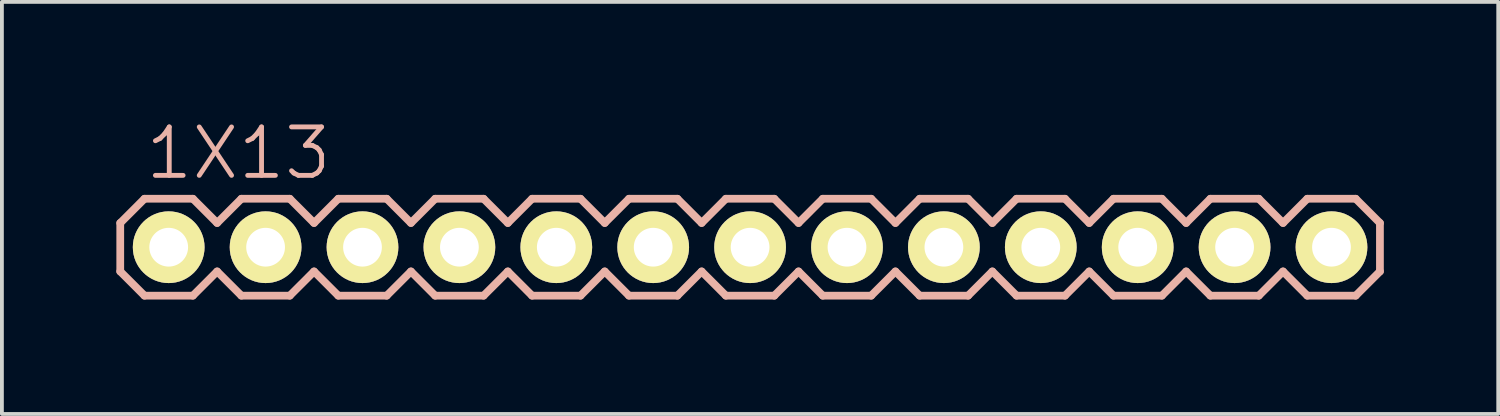
<source format=kicad_pcb>
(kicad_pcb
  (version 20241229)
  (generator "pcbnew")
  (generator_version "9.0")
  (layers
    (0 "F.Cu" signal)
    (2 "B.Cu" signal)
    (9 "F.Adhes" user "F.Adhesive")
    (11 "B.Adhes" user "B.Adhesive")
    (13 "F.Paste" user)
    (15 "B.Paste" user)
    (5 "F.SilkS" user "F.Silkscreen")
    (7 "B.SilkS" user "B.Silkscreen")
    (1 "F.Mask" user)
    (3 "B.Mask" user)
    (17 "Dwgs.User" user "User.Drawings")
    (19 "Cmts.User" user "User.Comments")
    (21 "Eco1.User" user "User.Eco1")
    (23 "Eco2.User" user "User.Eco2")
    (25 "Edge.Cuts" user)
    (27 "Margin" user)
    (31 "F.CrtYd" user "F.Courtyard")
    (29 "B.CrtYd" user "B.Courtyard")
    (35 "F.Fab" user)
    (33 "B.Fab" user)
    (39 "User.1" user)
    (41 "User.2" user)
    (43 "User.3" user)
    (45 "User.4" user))
  (footprint "1X13"
    (layer "F.Cu")
    (at 1.372 3.43)
    (property "Reference" "1X13" (at 1.829 -2.464 0) (layer "B.SilkS") (effects (font (size 1.27 1.27) (thickness 0.127))))
    (attr exclude_from_pos_files exclude_from_bom)
    (fp_line (start -0.254 -0.254) (end 0.254 -0.254) (stroke (width 0.066) (type solid)) (layer "F.SilkS"))
    (fp_line (start -0.254 0.254) (end -0.254 -0.254) (stroke (width 0.066) (type solid)) (layer "F.SilkS"))
    (fp_line (start -0.254 0.254) (end 0.254 0.254) (stroke (width 0.066) (type solid)) (layer "F.SilkS"))
    (fp_line (start 0.254 0.254) (end 0.254 -0.254) (stroke (width 0.066) (type solid)) (layer "F.SilkS"))
    (fp_line (start 2.286 -0.254) (end 2.794 -0.254) (stroke (width 0.066) (type solid)) (layer "F.SilkS"))
    (fp_line (start 2.286 0.254) (end 2.286 -0.254) (stroke (width 0.066) (type solid)) (layer "F.SilkS"))
    (fp_line (start 2.286 0.254) (end 2.794 0.254) (stroke (width 0.066) (type solid)) (layer "F.SilkS"))
    (fp_line (start 2.794 0.254) (end 2.794 -0.254) (stroke (width 0.066) (type solid)) (layer "F.SilkS"))
    (fp_line (start 4.826 -0.254) (end 5.334 -0.254) (stroke (width 0.066) (type solid)) (layer "F.SilkS"))
    (fp_line (start 4.826 0.254) (end 4.826 -0.254) (stroke (width 0.066) (type solid)) (layer "F.SilkS"))
    (fp_line (start 4.826 0.254) (end 5.334 0.254) (stroke (width 0.066) (type solid)) (layer "F.SilkS"))
    (fp_line (start 5.334 0.254) (end 5.334 -0.254) (stroke (width 0.066) (type solid)) (layer "F.SilkS"))
    (fp_line (start 7.366 -0.254) (end 7.874 -0.254) (stroke (width 0.066) (type solid)) (layer "F.SilkS"))
    (fp_line (start 7.366 0.254) (end 7.366 -0.254) (stroke (width 0.066) (type solid)) (layer "F.SilkS"))
    (fp_line (start 7.366 0.254) (end 7.874 0.254) (stroke (width 0.066) (type solid)) (layer "F.SilkS"))
    (fp_line (start 7.874 0.254) (end 7.874 -0.254) (stroke (width 0.066) (type solid)) (layer "F.SilkS"))
    (fp_line (start 9.906 -0.254) (end 10.414 -0.254) (stroke (width 0.066) (type solid)) (layer "F.SilkS"))
    (fp_line (start 9.906 0.254) (end 9.906 -0.254) (stroke (width 0.066) (type solid)) (layer "F.SilkS"))
    (fp_line (start 9.906 0.254) (end 10.414 0.254) (stroke (width 0.066) (type solid)) (layer "F.SilkS"))
    (fp_line (start 10.414 0.254) (end 10.414 -0.254) (stroke (width 0.066) (type solid)) (layer "F.SilkS"))
    (fp_line (start 12.446 -0.254) (end 12.954 -0.254) (stroke (width 0.066) (type solid)) (layer "F.SilkS"))
    (fp_line (start 12.446 0.254) (end 12.446 -0.254) (stroke (width 0.066) (type solid)) (layer "F.SilkS"))
    (fp_line (start 12.446 0.254) (end 12.954 0.254) (stroke (width 0.066) (type solid)) (layer "F.SilkS"))
    (fp_line (start 12.954 0.254) (end 12.954 -0.254) (stroke (width 0.066) (type solid)) (layer "F.SilkS"))
    (fp_line (start 14.986 -0.254) (end 15.494 -0.254) (stroke (width 0.066) (type solid)) (layer "F.SilkS"))
    (fp_line (start 14.986 0.254) (end 14.986 -0.254) (stroke (width 0.066) (type solid)) (layer "F.SilkS"))
    (fp_line (start 14.986 0.254) (end 15.494 0.254) (stroke (width 0.066) (type solid)) (layer "F.SilkS"))
    (fp_line (start 15.494 0.254) (end 15.494 -0.254) (stroke (width 0.066) (type solid)) (layer "F.SilkS"))
    (fp_line (start 17.523 -0.254) (end 18.034 -0.254) (stroke (width 0.066) (type solid)) (layer "F.SilkS"))
    (fp_line (start 17.523 0.254) (end 17.523 -0.254) (stroke (width 0.066) (type solid)) (layer "F.SilkS"))
    (fp_line (start 17.523 0.254) (end 18.034 0.254) (stroke (width 0.066) (type solid)) (layer "F.SilkS"))
    (fp_line (start 18.034 0.254) (end 18.034 -0.254) (stroke (width 0.066) (type solid)) (layer "F.SilkS"))
    (fp_line (start 20.066 -0.254) (end 20.574 -0.254) (stroke (width 0.066) (type solid)) (layer "F.SilkS"))
    (fp_line (start 20.066 0.254) (end 20.066 -0.254) (stroke (width 0.066) (type solid)) (layer "F.SilkS"))
    (fp_line (start 20.066 0.254) (end 20.574 0.254) (stroke (width 0.066) (type solid)) (layer "F.SilkS"))
    (fp_line (start 20.574 0.254) (end 20.574 -0.254) (stroke (width 0.066) (type solid)) (layer "F.SilkS"))
    (fp_line (start 22.606 -0.254) (end 23.114 -0.254) (stroke (width 0.066) (type solid)) (layer "F.SilkS"))
    (fp_line (start 22.606 0.254) (end 22.606 -0.254) (stroke (width 0.066) (type solid)) (layer "F.SilkS"))
    (fp_line (start 22.606 0.254) (end 23.114 0.254) (stroke (width 0.066) (type solid)) (layer "F.SilkS"))
    (fp_line (start 23.114 0.254) (end 23.114 -0.254) (stroke (width 0.066) (type solid)) (layer "F.SilkS"))
    (fp_line (start 25.146 -0.254) (end 25.654 -0.254) (stroke (width 0.066) (type solid)) (layer "F.SilkS"))
    (fp_line (start 25.146 0.254) (end 25.146 -0.254) (stroke (width 0.066) (type solid)) (layer "F.SilkS"))
    (fp_line (start 25.146 0.254) (end 25.654 0.254) (stroke (width 0.066) (type solid)) (layer "F.SilkS"))
    (fp_line (start 25.654 0.254) (end 25.654 -0.254) (stroke (width 0.066) (type solid)) (layer "F.SilkS"))
    (fp_line (start 27.686 -0.254) (end 28.194 -0.254) (stroke (width 0.066) (type solid)) (layer "F.SilkS"))
    (fp_line (start 27.686 0.254) (end 27.686 -0.254) (stroke (width 0.066) (type solid)) (layer "F.SilkS"))
    (fp_line (start 27.686 0.254) (end 28.194 0.254) (stroke (width 0.066) (type solid)) (layer "F.SilkS"))
    (fp_line (start 28.194 0.254) (end 28.194 -0.254) (stroke (width 0.066) (type solid)) (layer "F.SilkS"))
    (fp_line (start 30.226 -0.254) (end 30.734 -0.254) (stroke (width 0.066) (type solid)) (layer "F.SilkS"))
    (fp_line (start 30.226 0.254) (end 30.226 -0.254) (stroke (width 0.066) (type solid)) (layer "F.SilkS"))
    (fp_line (start 30.226 0.254) (end 30.734 0.254) (stroke (width 0.066) (type solid)) (layer "F.SilkS"))
    (fp_line (start 30.734 0.254) (end 30.734 -0.254) (stroke (width 0.066) (type solid)) (layer "F.SilkS"))
    (fp_line (start -1.27 -0.635) (end -1.27 0.635) (stroke (width 0.203) (type solid)) (layer "B.SilkS"))
    (fp_line (start -1.27 0.635) (end -0.635 1.27) (stroke (width 0.203) (type solid)) (layer "B.SilkS"))
    (fp_line (start -0.635 -1.27) (end -1.27 -0.635) (stroke (width 0.203) (type solid)) (layer "B.SilkS"))
    (fp_line (start -0.635 -1.27) (end 0.635 -1.27) (stroke (width 0.203) (type solid)) (layer "B.SilkS"))
    (fp_line (start 0.635 -1.27) (end 1.27 -0.635) (stroke (width 0.203) (type solid)) (layer "B.SilkS"))
    (fp_line (start 0.635 1.27) (end -0.635 1.27) (stroke (width 0.203) (type solid)) (layer "B.SilkS"))
    (fp_line (start 1.27 -0.635) (end 1.905 -1.27) (stroke (width 0.203) (type solid)) (layer "B.SilkS"))
    (fp_line (start 1.27 0.635) (end 0.635 1.27) (stroke (width 0.203) (type solid)) (layer "B.SilkS"))
    (fp_line (start 1.905 -1.27) (end 3.175 -1.27) (stroke (width 0.203) (type solid)) (layer "B.SilkS"))
    (fp_line (start 1.905 1.27) (end 1.27 0.635) (stroke (width 0.203) (type solid)) (layer "B.SilkS"))
    (fp_line (start 3.175 -1.27) (end 3.81 -0.635) (stroke (width 0.203) (type solid)) (layer "B.SilkS"))
    (fp_line (start 3.175 1.27) (end 1.905 1.27) (stroke (width 0.203) (type solid)) (layer "B.SilkS"))
    (fp_line (start 3.81 -0.635) (end 4.445 -1.27) (stroke (width 0.203) (type solid)) (layer "B.SilkS"))
    (fp_line (start 3.81 0.635) (end 3.175 1.27) (stroke (width 0.203) (type solid)) (layer "B.SilkS"))
    (fp_line (start 4.445 -1.27) (end 5.715 -1.27) (stroke (width 0.203) (type solid)) (layer "B.SilkS"))
    (fp_line (start 4.445 1.27) (end 3.81 0.635) (stroke (width 0.203) (type solid)) (layer "B.SilkS"))
    (fp_line (start 5.715 -1.27) (end 6.35 -0.635) (stroke (width 0.203) (type solid)) (layer "B.SilkS"))
    (fp_line (start 5.715 1.27) (end 4.445 1.27) (stroke (width 0.203) (type solid)) (layer "B.SilkS"))
    (fp_line (start 6.35 0.635) (end 5.715 1.27) (stroke (width 0.203) (type solid)) (layer "B.SilkS"))
    (fp_line (start 6.35 0.635) (end 6.985 1.27) (stroke (width 0.203) (type solid)) (layer "B.SilkS"))
    (fp_line (start 6.985 -1.27) (end 6.35 -0.635) (stroke (width 0.203) (type solid)) (layer "B.SilkS"))
    (fp_line (start 6.985 -1.27) (end 8.255 -1.27) (stroke (width 0.203) (type solid)) (layer "B.SilkS"))
    (fp_line (start 8.255 -1.27) (end 8.89 -0.635) (stroke (width 0.203) (type solid)) (layer "B.SilkS"))
    (fp_line (start 8.255 1.27) (end 6.985 1.27) (stroke (width 0.203) (type solid)) (layer "B.SilkS"))
    (fp_line (start 8.89 -0.635) (end 9.525 -1.27) (stroke (width 0.203) (type solid)) (layer "B.SilkS"))
    (fp_line (start 8.89 0.635) (end 8.255 1.27) (stroke (width 0.203) (type solid)) (layer "B.SilkS"))
    (fp_line (start 9.525 -1.27) (end 10.795 -1.27) (stroke (width 0.203) (type solid)) (layer "B.SilkS"))
    (fp_line (start 9.525 1.27) (end 8.89 0.635) (stroke (width 0.203) (type solid)) (layer "B.SilkS"))
    (fp_line (start 10.795 -1.27) (end 11.43 -0.635) (stroke (width 0.203) (type solid)) (layer "B.SilkS"))
    (fp_line (start 10.795 1.27) (end 9.525 1.27) (stroke (width 0.203) (type solid)) (layer "B.SilkS"))
    (fp_line (start 11.43 -0.635) (end 12.065 -1.27) (stroke (width 0.203) (type solid)) (layer "B.SilkS"))
    (fp_line (start 11.43 0.635) (end 10.795 1.27) (stroke (width 0.203) (type solid)) (layer "B.SilkS"))
    (fp_line (start 12.065 -1.27) (end 13.335 -1.27) (stroke (width 0.203) (type solid)) (layer "B.SilkS"))
    (fp_line (start 12.065 1.27) (end 11.43 0.635) (stroke (width 0.203) (type solid)) (layer "B.SilkS"))
    (fp_line (start 13.335 -1.27) (end 13.97 -0.635) (stroke (width 0.203) (type solid)) (layer "B.SilkS"))
    (fp_line (start 13.335 1.27) (end 12.065 1.27) (stroke (width 0.203) (type solid)) (layer "B.SilkS"))
    (fp_line (start 13.97 0.635) (end 13.335 1.27) (stroke (width 0.203) (type solid)) (layer "B.SilkS"))
    (fp_line (start 13.97 0.635) (end 14.605 1.27) (stroke (width 0.203) (type solid)) (layer "B.SilkS"))
    (fp_line (start 14.605 -1.27) (end 13.97 -0.635) (stroke (width 0.203) (type solid)) (layer "B.SilkS"))
    (fp_line (start 14.605 -1.27) (end 15.875 -1.27) (stroke (width 0.203) (type solid)) (layer "B.SilkS"))
    (fp_line (start 15.875 -1.27) (end 16.51 -0.635) (stroke (width 0.203) (type solid)) (layer "B.SilkS"))
    (fp_line (start 15.875 1.27) (end 14.605 1.27) (stroke (width 0.203) (type solid)) (layer "B.SilkS"))
    (fp_line (start 16.51 0.635) (end 15.875 1.27) (stroke (width 0.203) (type solid)) (layer "B.SilkS"))
    (fp_line (start 16.51 0.635) (end 17.145 1.27) (stroke (width 0.203) (type solid)) (layer "B.SilkS"))
    (fp_line (start 17.145 -1.27) (end 16.51 -0.635) (stroke (width 0.203) (type solid)) (layer "B.SilkS"))
    (fp_line (start 17.145 -1.27) (end 18.415 -1.27) (stroke (width 0.203) (type solid)) (layer "B.SilkS"))
    (fp_line (start 18.415 -1.27) (end 19.05 -0.635) (stroke (width 0.203) (type solid)) (layer "B.SilkS"))
    (fp_line (start 18.415 1.27) (end 17.145 1.27) (stroke (width 0.203) (type solid)) (layer "B.SilkS"))
    (fp_line (start 19.05 -0.635) (end 19.685 -1.27) (stroke (width 0.203) (type solid)) (layer "B.SilkS"))
    (fp_line (start 19.05 0.635) (end 18.415 1.27) (stroke (width 0.203) (type solid)) (layer "B.SilkS"))
    (fp_line (start 19.685 -1.27) (end 20.955 -1.27) (stroke (width 0.203) (type solid)) (layer "B.SilkS"))
    (fp_line (start 19.685 1.27) (end 19.05 0.635) (stroke (width 0.203) (type solid)) (layer "B.SilkS"))
    (fp_line (start 20.955 -1.27) (end 21.59 -0.635) (stroke (width 0.203) (type solid)) (layer "B.SilkS"))
    (fp_line (start 20.955 1.27) (end 19.685 1.27) (stroke (width 0.203) (type solid)) (layer "B.SilkS"))
    (fp_line (start 21.59 -0.635) (end 22.225 -1.27) (stroke (width 0.203) (type solid)) (layer "B.SilkS"))
    (fp_line (start 21.59 0.635) (end 20.955 1.27) (stroke (width 0.203) (type solid)) (layer "B.SilkS"))
    (fp_line (start 22.225 -1.27) (end 23.495 -1.27) (stroke (width 0.203) (type solid)) (layer "B.SilkS"))
    (fp_line (start 22.225 1.27) (end 21.59 0.635) (stroke (width 0.203) (type solid)) (layer "B.SilkS"))
    (fp_line (start 23.495 -1.27) (end 24.13 -0.635) (stroke (width 0.203) (type solid)) (layer "B.SilkS"))
    (fp_line (start 23.495 1.27) (end 22.225 1.27) (stroke (width 0.203) (type solid)) (layer "B.SilkS"))
    (fp_line (start 24.13 0.635) (end 23.495 1.27) (stroke (width 0.203) (type solid)) (layer "B.SilkS"))
    (fp_line (start 24.13 0.635) (end 24.765 1.27) (stroke (width 0.203) (type solid)) (layer "B.SilkS"))
    (fp_line (start 24.765 -1.27) (end 24.13 -0.635) (stroke (width 0.203) (type solid)) (layer "B.SilkS"))
    (fp_line (start 24.765 -1.27) (end 26.035 -1.27) (stroke (width 0.203) (type solid)) (layer "B.SilkS"))
    (fp_line (start 26.035 -1.27) (end 26.67 -0.635) (stroke (width 0.203) (type solid)) (layer "B.SilkS"))
    (fp_line (start 26.035 1.27) (end 24.765 1.27) (stroke (width 0.203) (type solid)) (layer "B.SilkS"))
    (fp_line (start 26.67 -0.635) (end 27.305 -1.27) (stroke (width 0.203) (type solid)) (layer "B.SilkS"))
    (fp_line (start 26.67 0.635) (end 26.035 1.27) (stroke (width 0.203) (type solid)) (layer "B.SilkS"))
    (fp_line (start 27.305 -1.27) (end 28.575 -1.27) (stroke (width 0.203) (type solid)) (layer "B.SilkS"))
    (fp_line (start 27.305 1.27) (end 26.67 0.635) (stroke (width 0.203) (type solid)) (layer "B.SilkS"))
    (fp_line (start 28.575 -1.27) (end 29.21 -0.635) (stroke (width 0.203) (type solid)) (layer "B.SilkS"))
    (fp_line (start 28.575 1.27) (end 27.305 1.27) (stroke (width 0.203) (type solid)) (layer "B.SilkS"))
    (fp_line (start 29.21 -0.635) (end 29.845 -1.27) (stroke (width 0.203) (type solid)) (layer "B.SilkS"))
    (fp_line (start 29.21 0.635) (end 28.575 1.27) (stroke (width 0.203) (type solid)) (layer "B.SilkS"))
    (fp_line (start 29.845 -1.27) (end 31.115 -1.27) (stroke (width 0.203) (type solid)) (layer "B.SilkS"))
    (fp_line (start 29.845 1.27) (end 29.21 0.635) (stroke (width 0.203) (type solid)) (layer "B.SilkS"))
    (fp_line (start 31.115 -1.27) (end 31.75 -0.635) (stroke (width 0.203) (type solid)) (layer "B.SilkS"))
    (fp_line (start 31.115 1.27) (end 29.845 1.27) (stroke (width 0.203) (type solid)) (layer "B.SilkS"))
    (fp_line (start 31.75 0.635) (end 31.115 1.27) (stroke (width 0.203) (type solid)) (layer "B.SilkS"))
    (fp_line (start 31.75 0.635) (end 31.75 -0.635) (stroke (width 0.203) (type solid)) (layer "B.SilkS"))
    (pad "1" thru_hole circle (at 0 0) (size 1.88 1.88) (drill 1.016) (layers "*.Cu" "F.Mask" "F.SilkS" "F.Paste"))
    (pad "2" thru_hole circle (at 2.54 0) (size 1.88 1.88) (drill 1.016) (layers "*.Cu" "F.Mask" "F.SilkS" "F.Paste"))
    (pad "3" thru_hole circle (at 5.08 0) (size 1.88 1.88) (drill 1.016) (layers "*.Cu" "F.Mask" "F.SilkS" "F.Paste"))
    (pad "4" thru_hole circle (at 7.62 0) (size 1.88 1.88) (drill 1.016) (layers "*.Cu" "F.Mask" "F.SilkS" "F.Paste"))
    (pad "5" thru_hole circle (at 10.16 0) (size 1.88 1.88) (drill 1.016) (layers "*.Cu" "F.Mask" "F.SilkS" "F.Paste"))
    (pad "6" thru_hole circle (at 12.7 0) (size 1.88 1.88) (drill 1.016) (layers "*.Cu" "F.Mask" "F.SilkS" "F.Paste"))
    (pad "7" thru_hole circle (at 15.24 0) (size 1.88 1.88) (drill 1.016) (layers "*.Cu" "F.Mask" "F.SilkS" "F.Paste"))
    (pad "8" thru_hole circle (at 17.78 0) (size 1.88 1.88) (drill 1.016) (layers "*.Cu" "F.Mask" "F.SilkS" "F.Paste"))
    (pad "9" thru_hole circle (at 20.32 0) (size 1.88 1.88) (drill 1.016) (layers "*.Cu" "F.Mask" "F.SilkS" "F.Paste"))
    (pad "10" thru_hole circle (at 22.86 0) (size 1.88 1.88) (drill 1.016) (layers "*.Cu" "F.Mask" "F.SilkS" "F.Paste"))
    (pad "11" thru_hole circle (at 25.4 0) (size 1.88 1.88) (drill 1.016) (layers "*.Cu" "F.Mask" "F.SilkS" "F.Paste"))
    (pad "12" thru_hole circle (at 27.94 0) (size 1.88 1.88) (drill 1.016) (layers "*.Cu" "F.Mask" "F.SilkS" "F.Paste"))
    (pad "13" thru_hole circle (at 30.48 0) (size 1.88 1.88) (drill 1.016) (layers "*.Cu" "F.Mask" "F.SilkS" "F.Paste")))
  (gr_rect
    (start -3 -3)
    (end 36.223 7.801)
    (stroke (width 0.1) (type default))
    (fill no)
    (layer "Edge.Cuts")))
</source>
